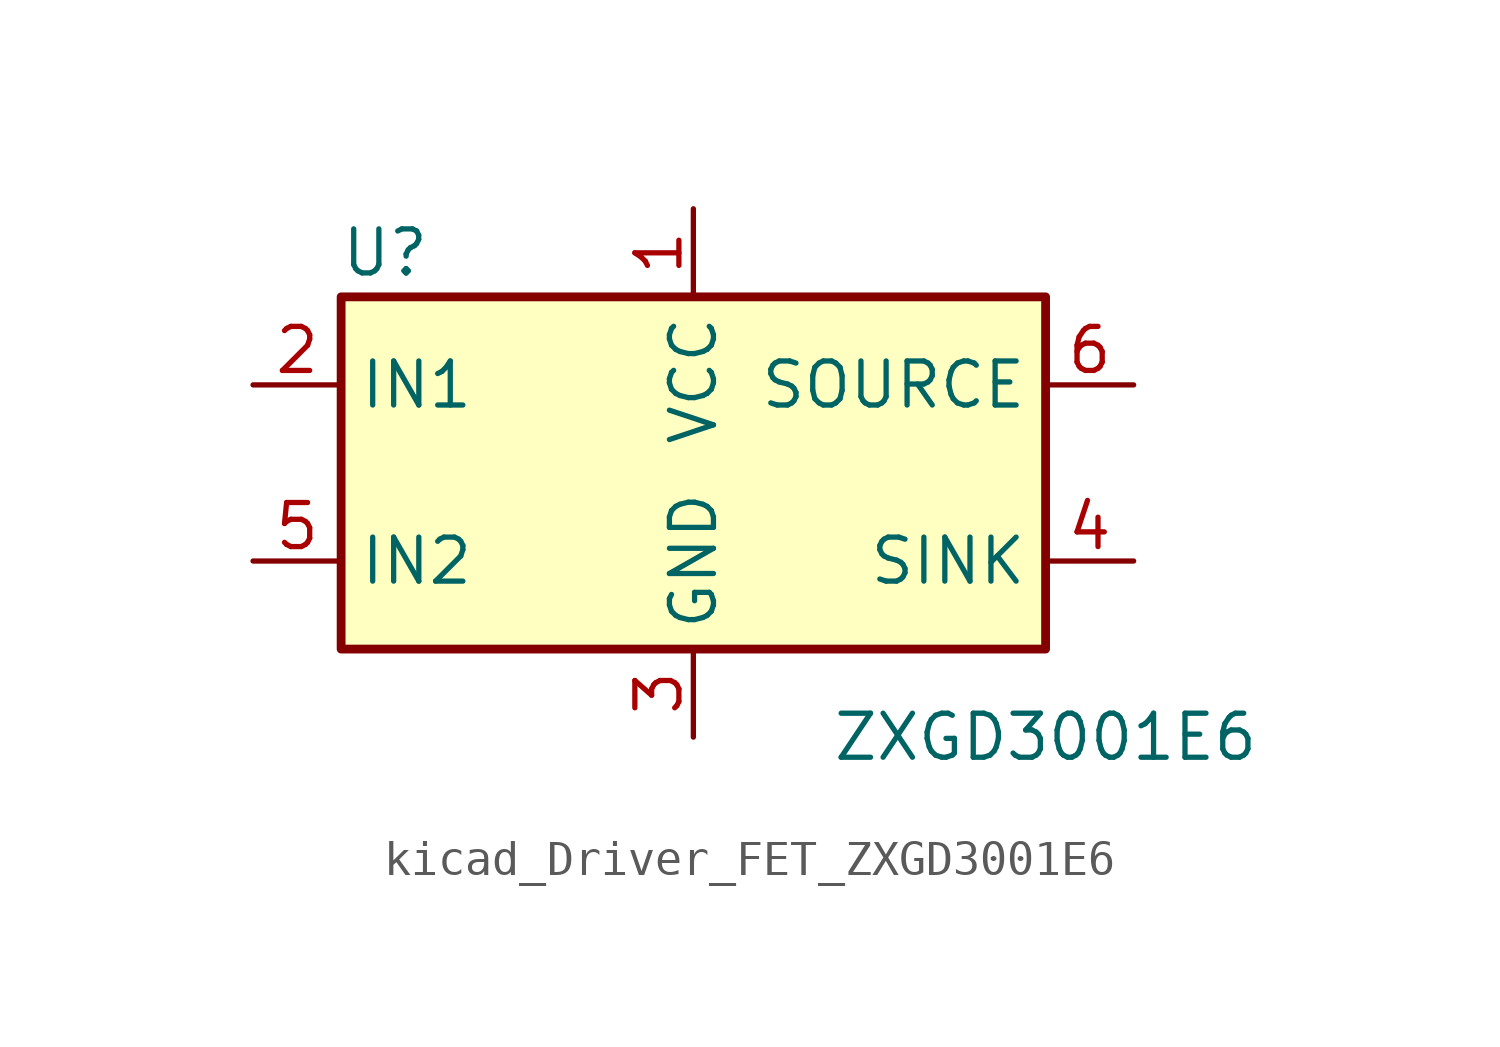
<source format=kicad_sym>
(kicad_symbol_lib
  (version 20220914)
  (generator kicad_symbol_editor)
  (symbol "kicad_Driver_FET_ZXGD3001E6"
    (property "Reference" "U"
      (at -8.89 6.35 0)
      (effects (font (size 1.27 1.27))))
    (property "Value" "ZXGD3001E6"
      (at 10.16 -7.62 0)
      (effects (font (size 1.27 1.27))))
    (symbol "kicad_Driver_FET_ZXGD3001E6_0_1"
      (rectangle (start -10.16 5.08) (end 10.16 -5.08) (stroke (width 0.254) (type default)) (fill (type background))))
    (symbol "kicad_Driver_FET_ZXGD3001E6_1_1"
      (pin power_in line (at 0 7.62 270) (length 2.54) (name "VCC" (effects (font (size 1.27 1.27)))) (number "1" (effects (font (size 1.27 1.27)))))
      (pin input line (at -12.7 2.54 0) (length 2.54) (name "IN1" (effects (font (size 1.27 1.27)))) (number "2" (effects (font (size 1.27 1.27)))))
      (pin power_in line (at 0 -7.62 90) (length 2.54) (name "GND" (effects (font (size 1.27 1.27)))) (number "3" (effects (font (size 1.27 1.27)))))
      (pin open_collector line (at 12.7 -2.54 180) (length 2.54) (name "SINK" (effects (font (size 1.27 1.27)))) (number "4" (effects (font (size 1.27 1.27)))))
      (pin input line (at -12.7 -2.54 0) (length 2.54) (name "IN2" (effects (font (size 1.27 1.27)))) (number "5" (effects (font (size 1.27 1.27)))))
      (pin open_emitter line (at 12.7 2.54 180) (length 2.54) (name "SOURCE" (effects (font (size 1.27 1.27)))) (number "6" (effects (font (size 1.27 1.27))))))))
</source>
